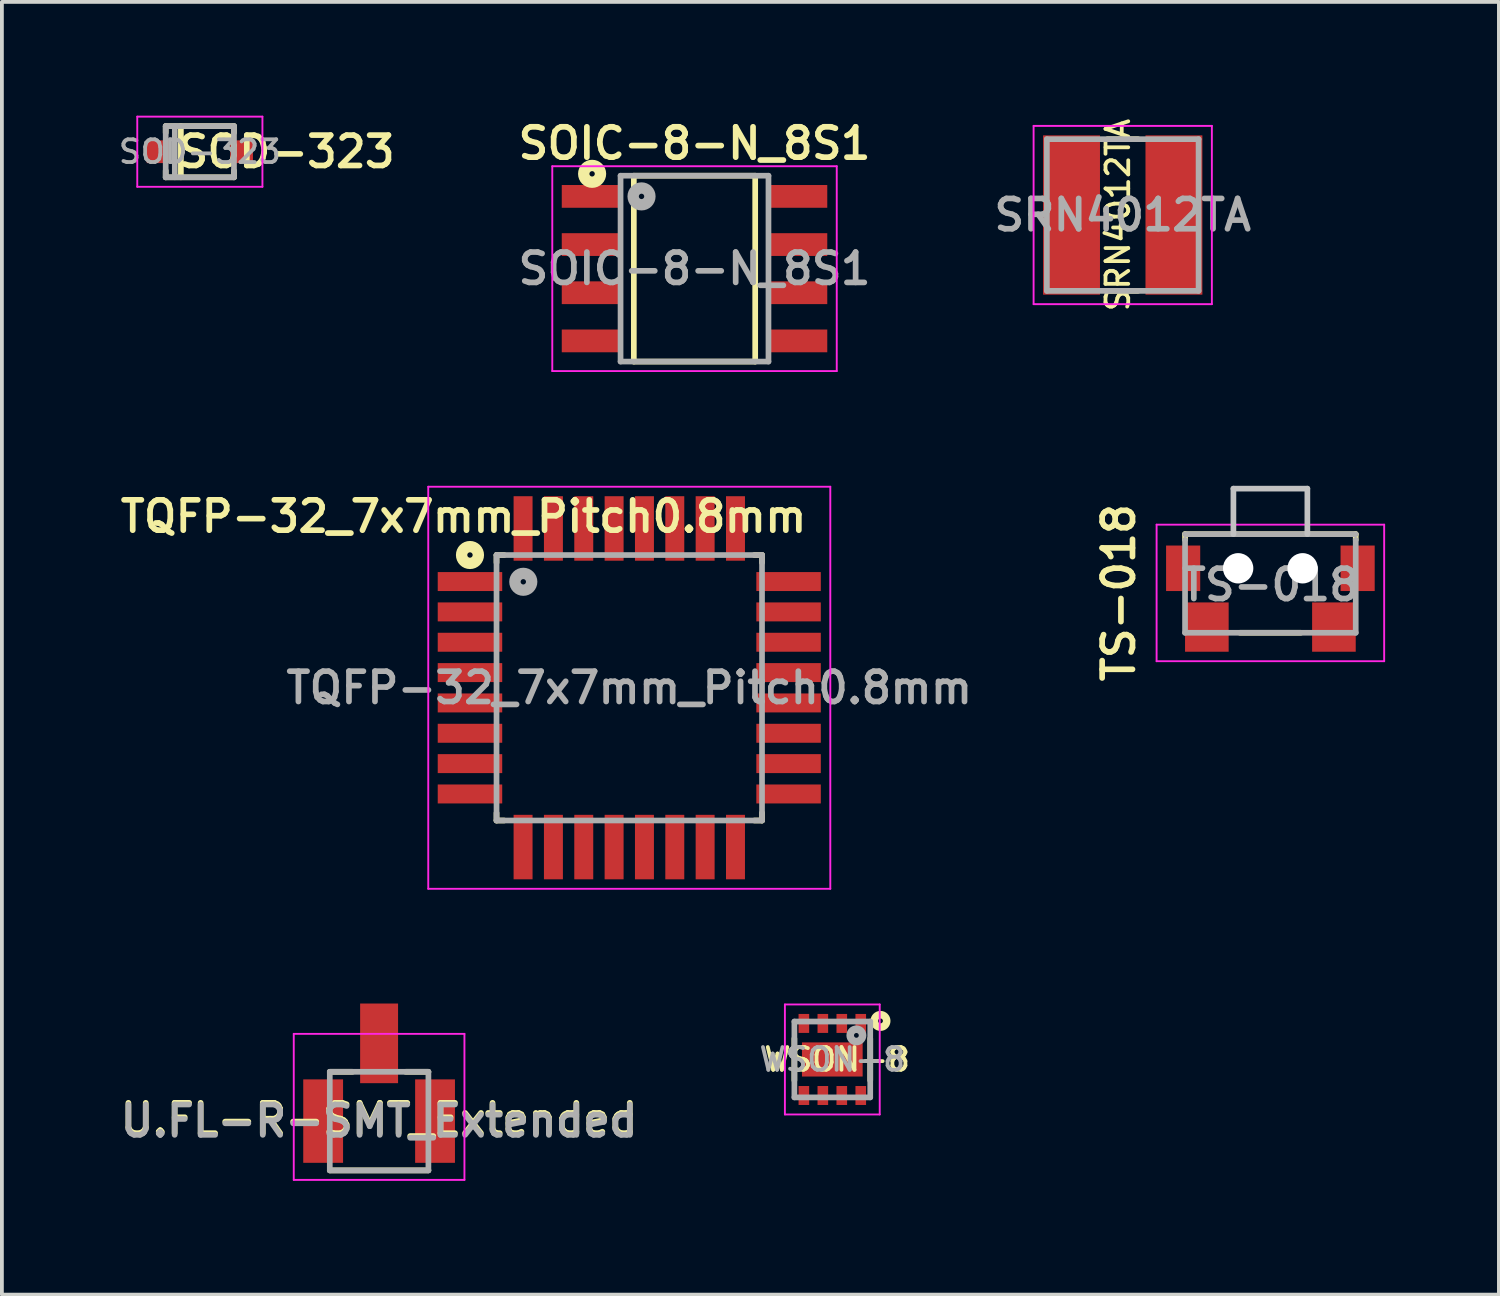
<source format=kicad_pcb>
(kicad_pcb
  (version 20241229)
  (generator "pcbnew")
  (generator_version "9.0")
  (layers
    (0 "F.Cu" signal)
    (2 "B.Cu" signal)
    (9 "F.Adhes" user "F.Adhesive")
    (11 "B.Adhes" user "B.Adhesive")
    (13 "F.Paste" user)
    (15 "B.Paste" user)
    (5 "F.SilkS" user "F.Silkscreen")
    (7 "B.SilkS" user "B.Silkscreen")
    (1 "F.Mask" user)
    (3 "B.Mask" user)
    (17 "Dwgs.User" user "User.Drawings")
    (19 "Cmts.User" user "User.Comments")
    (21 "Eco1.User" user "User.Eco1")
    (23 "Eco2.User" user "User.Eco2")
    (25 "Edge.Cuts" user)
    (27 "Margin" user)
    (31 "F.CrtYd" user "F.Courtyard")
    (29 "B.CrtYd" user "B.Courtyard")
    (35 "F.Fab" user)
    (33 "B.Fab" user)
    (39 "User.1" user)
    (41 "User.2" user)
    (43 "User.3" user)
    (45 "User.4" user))
  (footprint "SOD-323"
    (layer "F.Cu")
    (at 2.219 0.95)
    (property "Reference" "SOD-323" (at 2.286 0 0) (layer "F.SilkS") (effects (font (size 0.8 0.8) (thickness 0.15))))
    (attr smd)
    (fp_line (start -0.9 -0.675) (end -0.9 -0.5) (stroke (width 0.15) (type solid)) (layer "F.SilkS"))
    (fp_line (start -0.9 -0.675) (end 0.9 -0.675) (stroke (width 0.15) (type solid)) (layer "F.SilkS"))
    (fp_line (start -0.9 0.5) (end -0.9 0.675) (stroke (width 0.15) (type solid)) (layer "F.SilkS"))
    (fp_line (start -0.9 0.675) (end 0.9 0.675) (stroke (width 0.15) (type solid)) (layer "F.SilkS"))
    (fp_line (start -0.5 -0.675) (end -0.5 0.675) (stroke (width 0.15) (type solid)) (layer "F.SilkS"))
    (fp_line (start 0.9 -0.5) (end 0.9 -0.675) (stroke (width 0.15) (type solid)) (layer "F.SilkS"))
    (fp_line (start 0.9 0.675) (end 0.9 0.5) (stroke (width 0.15) (type solid)) (layer "F.SilkS"))
    (fp_line (start -1.65 -0.925) (end -1.65 0.925) (stroke (width 0.05) (type solid)) (layer "F.CrtYd"))
    (fp_line (start -1.65 0.925) (end 1.65 0.925) (stroke (width 0.05) (type solid)) (layer "F.CrtYd"))
    (fp_line (start 1.65 -0.925) (end -1.65 -0.925) (stroke (width 0.05) (type solid)) (layer "F.CrtYd"))
    (fp_line (start 1.65 0.925) (end 1.65 -0.925) (stroke (width 0.05) (type solid)) (layer "F.CrtYd"))
    (fp_line (start -0.9 -0.675) (end -0.9 0.675) (stroke (width 0.15) (type solid)) (layer "F.Fab"))
    (fp_line (start -0.9 -0.675) (end 0.9 -0.675) (stroke (width 0.15) (type solid)) (layer "F.Fab"))
    (fp_line (start -0.9 0.675) (end 0.9 0.675) (stroke (width 0.15) (type solid)) (layer "F.Fab"))
    (fp_line (start -0.66 -0.675) (end -0.66 0.675) (stroke (width 0.15) (type solid)) (layer "F.Fab"))
    (fp_line (start 0.9 0.675) (end 0.9 -0.675) (stroke (width 0.15) (type solid)) (layer "F.Fab"))
    (fp_text user "${REFERENCE}" (at 0 0 0) (layer "F.Fab") (effects (font (size 0.6 0.6) (thickness 0.1))))
    (pad "1" smd rect (at -1.1 0) (size 0.6 0.6) (layers "F.Cu" "F.Mask" "F.Paste"))
    (pad "2" smd rect (at 1.1 0) (size 0.6 0.6) (layers "F.Cu" "F.Mask" "F.Paste")))
  (footprint "SRN4012TA"
    (layer "F.Cu")
    (at 26.551 2.619)
    (property "Reference" "SRN4012TA" (at -0.127 0 90) (layer "F.SilkS") (effects (font (size 0.6 0.6) (thickness 0.1))))
    (attr through_hole)
    (fp_line (start -0.4 -2) (end 0.4 -2) (stroke (width 0.15) (type solid)) (layer "F.SilkS"))
    (fp_line (start -0.4 2) (end 0.4 2) (stroke (width 0.15) (type solid)) (layer "F.SilkS"))
    (fp_line (start -2.35 -2.35) (end -2.35 2.35) (stroke (width 0.05) (type solid)) (layer "F.CrtYd"))
    (fp_line (start -2.35 -2.35) (end 2.35 -2.35) (stroke (width 0.05) (type solid)) (layer "F.CrtYd"))
    (fp_line (start 2.35 2.35) (end -2.35 2.35) (stroke (width 0.05) (type solid)) (layer "F.CrtYd"))
    (fp_line (start 2.35 2.35) (end 2.35 -2.35) (stroke (width 0.05) (type solid)) (layer "F.CrtYd"))
    (fp_line (start -2 -2) (end 2 -2) (stroke (width 0.15) (type solid)) (layer "F.Fab"))
    (fp_line (start -2 2) (end -2 -2) (stroke (width 0.15) (type solid)) (layer "F.Fab"))
    (fp_line (start 2 -2) (end 2 2) (stroke (width 0.15) (type solid)) (layer "F.Fab"))
    (fp_line (start 2 2) (end -2 2) (stroke (width 0.15) (type solid)) (layer "F.Fab"))
    (fp_text user "${REFERENCE}" (at 0 0 0) (layer "F.Fab") (effects (font (size 0.8 0.8) (thickness 0.15))))
    (pad "1" smd rect (at -1.35 0) (size 1.5 4.2) (layers "F.Cu" "F.Mask" "F.Paste"))
    (pad "2" smd rect (at 1.35 0) (size 1.5 4.2) (layers "F.Cu" "F.Mask" "F.Paste")))
  (footprint "TQFP-32_7x7mm_Pitch0.8mm"
    (layer "F.Cu")
    (at 13.541 15.083)
    (property "Reference" "TQFP-32_7x7mm_Pitch0.8mm" (at -4.368 -4.517 0) (layer "F.SilkS") (effects (font (size 0.8 0.8) (thickness 0.15))))
    (attr smd)
    (fp_line (start -3.5 -3.5) (end -3.5 -3.3) (stroke (width 0.15) (type solid)) (layer "F.SilkS"))
    (fp_line (start -3.5 -3.5) (end -3.3 -3.5) (stroke (width 0.15) (type solid)) (layer "F.SilkS"))
    (fp_line (start -3.5 3.5) (end -3.5 3.3) (stroke (width 0.15) (type solid)) (layer "F.SilkS"))
    (fp_line (start -3.5 3.5) (end -3.3 3.5) (stroke (width 0.15) (type solid)) (layer "F.SilkS"))
    (fp_line (start 3.5 -3.5) (end 3.3 -3.5) (stroke (width 0.15) (type solid)) (layer "F.SilkS"))
    (fp_line (start 3.5 -3.5) (end 3.5 -3.3) (stroke (width 0.15) (type solid)) (layer "F.SilkS"))
    (fp_line (start 3.5 3.5) (end 3.3 3.5) (stroke (width 0.15) (type solid)) (layer "F.SilkS"))
    (fp_line (start 3.5 3.5) (end 3.5 3.3) (stroke (width 0.15) (type solid)) (layer "F.SilkS"))
    (fp_circle (center -4.2 -3.5) (end -4.25 -3.55) (stroke (width 0.3) (type solid)) (fill no) (layer "F.SilkS"))
    (fp_line (start -5.3 -5.3) (end -5.3 5.3) (stroke (width 0.05) (type solid)) (layer "F.CrtYd"))
    (fp_line (start -5.3 -5.3) (end 5.3 -5.3) (stroke (width 0.05) (type solid)) (layer "F.CrtYd"))
    (fp_line (start -5.3 5.3) (end 5.3 5.3) (stroke (width 0.05) (type solid)) (layer "F.CrtYd"))
    (fp_line (start 5.3 -5.3) (end 5.3 5.3) (stroke (width 0.05) (type solid)) (layer "F.CrtYd"))
    (fp_line (start -3.5 -3.5) (end 3.5 -3.5) (stroke (width 0.15) (type solid)) (layer "F.Fab"))
    (fp_line (start -3.5 3.5) (end -3.5 -3.5) (stroke (width 0.15) (type solid)) (layer "F.Fab"))
    (fp_line (start 3.5 -3.5) (end 3.5 3.5) (stroke (width 0.15) (type solid)) (layer "F.Fab"))
    (fp_line (start 3.5 3.5) (end -3.5 3.5) (stroke (width 0.15) (type solid)) (layer "F.Fab"))
    (fp_circle (center -2.794 -2.794) (end -2.844 -2.844) (stroke (width 0.3) (type solid)) (fill no) (layer "F.Fab"))
    (fp_text user "${REFERENCE}" (at 0 0 0) (layer "F.Fab") (effects (font (size 0.8 0.8) (thickness 0.15))))
    (pad "1" smd rect (at -4.2 -2.8) (size 1.7 0.5) (layers "F.Cu" "F.Mask" "F.Paste"))
    (pad "2" smd rect (at -4.2 -2) (size 1.7 0.5) (layers "F.Cu" "F.Mask" "F.Paste"))
    (pad "3" smd rect (at -4.2 -1.2) (size 1.7 0.5) (layers "F.Cu" "F.Mask" "F.Paste"))
    (pad "4" smd rect (at -4.2 -0.4) (size 1.7 0.5) (layers "F.Cu" "F.Mask" "F.Paste"))
    (pad "5" smd rect (at -4.2 0.4) (size 1.7 0.5) (layers "F.Cu" "F.Mask" "F.Paste"))
    (pad "6" smd rect (at -4.2 1.2) (size 1.7 0.5) (layers "F.Cu" "F.Mask" "F.Paste"))
    (pad "7" smd rect (at -4.2 2) (size 1.7 0.5) (layers "F.Cu" "F.Mask" "F.Paste"))
    (pad "8" smd rect (at -4.2 2.8) (size 1.7 0.5) (layers "F.Cu" "F.Mask" "F.Paste"))
    (pad "9" smd rect (at -2.8 4.2 90) (size 1.7 0.5) (layers "F.Cu" "F.Mask" "F.Paste"))
    (pad "10" smd rect (at -2 4.2 90) (size 1.7 0.5) (layers "F.Cu" "F.Mask" "F.Paste"))
    (pad "11" smd rect (at -1.2 4.2 90) (size 1.7 0.5) (layers "F.Cu" "F.Mask" "F.Paste"))
    (pad "12" smd rect (at -0.4 4.2 90) (size 1.7 0.5) (layers "F.Cu" "F.Mask" "F.Paste"))
    (pad "13" smd rect (at 0.4 4.2 90) (size 1.7 0.5) (layers "F.Cu" "F.Mask" "F.Paste"))
    (pad "14" smd rect (at 1.2 4.2 90) (size 1.7 0.5) (layers "F.Cu" "F.Mask" "F.Paste"))
    (pad "15" smd rect (at 2 4.2 90) (size 1.7 0.5) (layers "F.Cu" "F.Mask" "F.Paste"))
    (pad "16" smd rect (at 2.8 4.2 90) (size 1.7 0.5) (layers "F.Cu" "F.Mask" "F.Paste"))
    (pad "17" smd rect (at 4.2 2.8) (size 1.7 0.5) (layers "F.Cu" "F.Mask" "F.Paste"))
    (pad "18" smd rect (at 4.2 2) (size 1.7 0.5) (layers "F.Cu" "F.Mask" "F.Paste"))
    (pad "19" smd rect (at 4.2 1.2) (size 1.7 0.5) (layers "F.Cu" "F.Mask" "F.Paste"))
    (pad "20" smd rect (at 4.2 0.4) (size 1.7 0.5) (layers "F.Cu" "F.Mask" "F.Paste"))
    (pad "21" smd rect (at 4.2 -0.4) (size 1.7 0.5) (layers "F.Cu" "F.Mask" "F.Paste"))
    (pad "22" smd rect (at 4.2 -1.2) (size 1.7 0.5) (layers "F.Cu" "F.Mask" "F.Paste"))
    (pad "23" smd rect (at 4.2 -2) (size 1.7 0.5) (layers "F.Cu" "F.Mask" "F.Paste"))
    (pad "24" smd rect (at 4.2 -2.8) (size 1.7 0.5) (layers "F.Cu" "F.Mask" "F.Paste"))
    (pad "25" smd rect (at 2.8 -4.2 90) (size 1.7 0.5) (layers "F.Cu" "F.Mask" "F.Paste"))
    (pad "26" smd rect (at 2 -4.2 90) (size 1.7 0.5) (layers "F.Cu" "F.Mask" "F.Paste"))
    (pad "27" smd rect (at 1.2 -4.2 90) (size 1.7 0.5) (layers "F.Cu" "F.Mask" "F.Paste"))
    (pad "28" smd rect (at 0.4 -4.2 90) (size 1.7 0.5) (layers "F.Cu" "F.Mask" "F.Paste"))
    (pad "29" smd rect (at -0.4 -4.2 90) (size 1.7 0.5) (layers "F.Cu" "F.Mask" "F.Paste"))
    (pad "30" smd rect (at -1.2 -4.2 90) (size 1.7 0.5) (layers "F.Cu" "F.Mask" "F.Paste"))
    (pad "31" smd rect (at -2 -4.2 90) (size 1.7 0.5) (layers "F.Cu" "F.Mask" "F.Paste"))
    (pad "32" smd rect (at -2.8 -4.2 90) (size 1.7 0.5) (layers "F.Cu" "F.Mask" "F.Paste")))
  (footprint "WSON-8"
    (layer "F.Cu")
    (at 18.894 24.883)
    (property "Reference" "WSON-8" (at 0.127 0 0) (layer "F.SilkS") (effects (font (size 0.6 0.6) (thickness 0.1))))
    (attr through_hole)
    (fp_line (start -1 -0.55) (end -1 0.55) (stroke (width 0.15) (type solid)) (layer "F.SilkS"))
    (fp_line (start 1 -0.55) (end 1 0.55) (stroke (width 0.15) (type solid)) (layer "F.SilkS"))
    (fp_circle (center 1.27 -1.016) (end 1.206 -1.016) (stroke (width 0.2) (type solid)) (fill no) (layer "F.SilkS"))
    (fp_line (start -1.25 -1.45) (end -1.25 1.45) (stroke (width 0.05) (type solid)) (layer "F.CrtYd"))
    (fp_line (start -1.25 1.45) (end 1.25 1.45) (stroke (width 0.05) (type solid)) (layer "F.CrtYd"))
    (fp_line (start 1.25 -1.45) (end -1.25 -1.45) (stroke (width 0.05) (type solid)) (layer "F.CrtYd"))
    (fp_line (start 1.25 1.45) (end 1.25 -1.45) (stroke (width 0.05) (type solid)) (layer "F.CrtYd"))
    (fp_line (start -1 -1) (end -1 1) (stroke (width 0.15) (type solid)) (layer "F.Fab"))
    (fp_line (start -1 -1) (end 1 -1) (stroke (width 0.15) (type solid)) (layer "F.Fab"))
    (fp_line (start 1 -1) (end 1 1) (stroke (width 0.15) (type solid)) (layer "F.Fab"))
    (fp_line (start 1 1) (end -1 1) (stroke (width 0.15) (type solid)) (layer "F.Fab"))
    (fp_circle (center 0.635 -0.635) (end 0.572 -0.635) (stroke (width 0.2) (type solid)) (fill no) (layer "F.Fab"))
    (fp_text user "${REFERENCE}" (at 0 0 0) (layer "F.Fab") (effects (font (size 0.6 0.6) (thickness 0.1))))
    (pad "1" smd trapezoid (at 0.75 -0.95) (size 0.28 0.5) (layers "F.Cu" "F.Mask" "F.Paste"))
    (pad "2" smd trapezoid (at 0.25 -0.95) (size 0.28 0.5) (layers "F.Cu" "F.Mask" "F.Paste"))
    (pad "3" smd rect (at -0.25 -0.95) (size 0.28 0.5) (layers "F.Cu" "F.Mask" "F.Paste"))
    (pad "4" smd rect (at -0.75 -0.95) (size 0.28 0.5) (layers "F.Cu" "F.Mask" "F.Paste"))
    (pad "5" smd rect (at -0.75 0.95) (size 0.28 0.5) (layers "F.Cu" "F.Mask" "F.Paste"))
    (pad "6" smd rect (at -0.25 0.95) (size 0.28 0.5) (layers "F.Cu" "F.Mask" "F.Paste"))
    (pad "7" smd rect (at 0.25 0.95) (size 0.28 0.5) (layers "F.Cu" "F.Mask" "F.Paste"))
    (pad "8" smd rect (at 0.75 0.95) (size 0.28 0.5) (layers "F.Cu" "F.Mask" "F.Paste"))
    (pad "9" smd rect (at 0 0) (size 1.6 0.9) (layers "F.Cu" "F.Mask" "F.Paste")))
  (footprint "U.FL-R-SMT_Extended"
    (layer "F.Cu")
    (at 6.945 26.508)
    (property "Reference" "U.FL-R-SMT_Extended" (at 0 -0.044 0) (layer "F.SilkS") (effects (font (size 0.8 0.8) (thickness 0.15))))
    (attr through_hole)
    (fp_line (start -1.3 -1.3) (end -0.7 -1.3) (stroke (width 0.15) (type solid)) (layer "F.SilkS"))
    (fp_line (start -1.3 1.3) (end 1.3 1.3) (stroke (width 0.15) (type solid)) (layer "F.SilkS"))
    (fp_line (start 0.7 -1.3) (end 1.3 -1.3) (stroke (width 0.15) (type solid)) (layer "F.SilkS"))
    (fp_line (start -2.25 -2.3) (end -2.25 1.55) (stroke (width 0.05) (type solid)) (layer "F.CrtYd"))
    (fp_line (start -2.25 1.55) (end 2.25 1.55) (stroke (width 0.05) (type solid)) (layer "F.CrtYd"))
    (fp_line (start 2.25 -2.3) (end -2.25 -2.3) (stroke (width 0.05) (type solid)) (layer "F.CrtYd"))
    (fp_line (start 2.25 1.55) (end 2.25 -2.3) (stroke (width 0.05) (type solid)) (layer "F.CrtYd"))
    (fp_line (start -1.3 1.3) (end -1.3 -1.3) (stroke (width 0.15) (type solid)) (layer "F.Fab"))
    (fp_line (start -1.3 1.3) (end 1.3 1.3) (stroke (width 0.15) (type solid)) (layer "F.Fab"))
    (fp_line (start 1.3 -1.3) (end -1.3 -1.3) (stroke (width 0.15) (type solid)) (layer "F.Fab"))
    (fp_line (start 1.3 -1.3) (end 1.3 1.3) (stroke (width 0.15) (type solid)) (layer "F.Fab"))
    (fp_text user "${REFERENCE}" (at 0 0 0) (layer "F.Fab") (effects (font (size 0.8 0.8) (thickness 0.15))))
    (pad "1" smd rect (at 0 -2.05) (size 1 2.1) (layers "F.Cu" "F.Mask" "F.Paste"))
    (pad "2" smd rect (at -1.475 0) (size 1.05 2.2) (layers "F.Cu" "F.Mask" "F.Paste"))
    (pad "3" smd rect (at 1.475 0) (size 1.05 2.2) (layers "F.Cu" "F.Mask" "F.Paste")))
  (footprint "TS-018"
    (layer "F.Cu")
    (at 30.444 11.733)
    (property "Reference" "TS-018" (at -3.998 0.844 90) (layer "F.SilkS") (effects (font (size 0.8 0.8) (thickness 0.15))))
    (attr through_hole)
    (fp_line (start -2.25 -0.7) (end 2.25 -0.7) (stroke (width 0.15) (type solid)) (layer "F.SilkS"))
    (fp_line (start -2.25 -0.55) (end -2.25 -0.7) (stroke (width 0.15) (type solid)) (layer "F.SilkS"))
    (fp_line (start -0.8 1.9) (end 0.8 1.9) (stroke (width 0.15) (type solid)) (layer "F.SilkS"))
    (fp_line (start 2.25 -0.7) (end 2.25 -0.55) (stroke (width 0.15) (type solid)) (layer "F.SilkS"))
    (fp_line (start -0.975 -1.9) (end 0.975 -1.9) (stroke (width 0.15) (type solid)) (layer "Dwgs.User"))
    (fp_line (start -0.975 -0.7) (end -0.975 -1.9) (stroke (width 0.15) (type solid)) (layer "Dwgs.User"))
    (fp_line (start 0.975 -0.7) (end 0.975 -1.9) (stroke (width 0.15) (type solid)) (layer "Dwgs.User"))
    (fp_line (start -3 -0.95) (end 3 -0.95) (stroke (width 0.05) (type solid)) (layer "F.CrtYd"))
    (fp_line (start -3 2.65) (end -3 -0.95) (stroke (width 0.05) (type solid)) (layer "F.CrtYd"))
    (fp_line (start 3 -0.95) (end 3 2.65) (stroke (width 0.05) (type solid)) (layer "F.CrtYd"))
    (fp_line (start 3 2.65) (end -3 2.65) (stroke (width 0.05) (type solid)) (layer "F.CrtYd"))
    (fp_line (start -2.25 -0.7) (end 2.25 -0.7) (stroke (width 0.15) (type solid)) (layer "F.Fab"))
    (fp_line (start -2.25 -0.55) (end -2.25 1.9) (stroke (width 0.15) (type solid)) (layer "F.Fab"))
    (fp_line (start -2.25 1.9) (end 2.25 1.9) (stroke (width 0.15) (type solid)) (layer "F.Fab"))
    (fp_line (start 2.25 -0.55) (end 2.25 1.9) (stroke (width 0.15) (type solid)) (layer "F.Fab"))
    (fp_text user "${REFERENCE}" (at 0 0.635 0) (layer "F.Fab") (effects (font (size 0.8 0.8) (thickness 0.15))))
    (pad "" np_thru_hole circle (at -0.85 0.2) (size 0.8 0.8) (drill 0.8) (layers "*.Cu" "*.Mask"))
    (pad "" np_thru_hole circle (at 0.85 0.2) (size 0.8 0.8) (drill 0.8) (layers "*.Cu" "*.Mask"))
    (pad "1" smd rect (at -1.675 1.75) (size 1.15 1.3) (layers "F.Cu" "F.Mask" "F.Paste"))
    (pad "2" smd rect (at 1.675 1.75) (size 1.15 1.3) (layers "F.Cu" "F.Mask" "F.Paste"))
    (pad "3" smd rect (at 2.3 0.2) (size 0.9 1.2) (layers "F.Cu" "F.Mask" "F.Paste"))
    (pad "4" smd rect (at -2.3 0.2) (size 0.9 1.2) (layers "F.Cu" "F.Mask" "F.Paste")))
  (footprint "SOIC-8-N_8S1"
    (layer "F.Cu")
    (at 15.261 4.033)
    (property "Reference" "SOIC-8-N_8S1" (at 0 -3.302 0) (layer "F.SilkS") (effects (font (size 0.8 0.8) (thickness 0.15))))
    (attr smd)
    (fp_line (start -1.6 -2.45) (end -1.6 2.45) (stroke (width 0.15) (type solid)) (layer "F.SilkS"))
    (fp_line (start -1.6 2.45) (end 1.6 2.45) (stroke (width 0.15) (type solid)) (layer "F.SilkS"))
    (fp_line (start 1.6 -2.45) (end -1.6 -2.45) (stroke (width 0.15) (type solid)) (layer "F.SilkS"))
    (fp_line (start 1.6 2.45) (end 1.6 -2.45) (stroke (width 0.15) (type solid)) (layer "F.SilkS"))
    (fp_circle (center -2.7 -2.5) (end -2.75 -2.55) (stroke (width 0.3) (type solid)) (fill no) (layer "F.SilkS"))
    (fp_line (start -3.75 -2.7) (end 3.75 -2.7) (stroke (width 0.05) (type solid)) (layer "F.CrtYd"))
    (fp_line (start -3.75 2.7) (end -3.75 -2.7) (stroke (width 0.05) (type solid)) (layer "F.CrtYd"))
    (fp_line (start 3.75 -2.7) (end 3.75 2.7) (stroke (width 0.05) (type solid)) (layer "F.CrtYd"))
    (fp_line (start 3.75 2.7) (end -3.75 2.7) (stroke (width 0.05) (type solid)) (layer "F.CrtYd"))
    (fp_line (start -1.95 -2.45) (end -1.95 2.45) (stroke (width 0.15) (type solid)) (layer "F.Fab"))
    (fp_line (start 1.95 -2.45) (end -1.95 -2.45) (stroke (width 0.15) (type solid)) (layer "F.Fab"))
    (fp_line (start 1.95 -2.45) (end 1.95 2.45) (stroke (width 0.15) (type solid)) (layer "F.Fab"))
    (fp_line (start 1.95 2.45) (end -1.95 2.45) (stroke (width 0.15) (type solid)) (layer "F.Fab"))
    (fp_circle (center -1.397 -1.905) (end -1.447 -1.955) (stroke (width 0.3) (type solid)) (fill no) (layer "F.Fab"))
    (fp_text user "${REFERENCE}" (at 0 0 0) (layer "F.Fab") (effects (font (size 0.8 0.8) (thickness 0.15))))
    (pad "1" smd rect (at -2.7 -1.905) (size 1.6 0.6) (layers "F.Cu" "F.Mask" "F.Paste"))
    (pad "2" smd rect (at -2.7 -0.635) (size 1.6 0.6) (layers "F.Cu" "F.Mask" "F.Paste"))
    (pad "3" smd rect (at -2.7 0.635) (size 1.6 0.6) (layers "F.Cu" "F.Mask" "F.Paste"))
    (pad "4" smd rect (at -2.7 1.905) (size 1.6 0.6) (layers "F.Cu" "F.Mask" "F.Paste"))
    (pad "5" smd rect (at 2.7 1.905) (size 1.6 0.6) (layers "F.Cu" "F.Mask" "F.Paste"))
    (pad "6" smd rect (at 2.7 0.635) (size 1.6 0.6) (layers "F.Cu" "F.Mask" "F.Paste"))
    (pad "7" smd rect (at 2.7 -0.635) (size 1.6 0.6) (layers "F.Cu" "F.Mask" "F.Paste"))
    (pad "8" smd rect (at 2.7 -1.905) (size 1.6 0.6) (layers "F.Cu" "F.Mask" "F.Paste")))
  (gr_rect
    (start -3 -3)
    (end 36.469 31.083)
    (stroke (width 0.1) (type default))
    (fill no)
    (layer "Edge.Cuts")))
</source>
